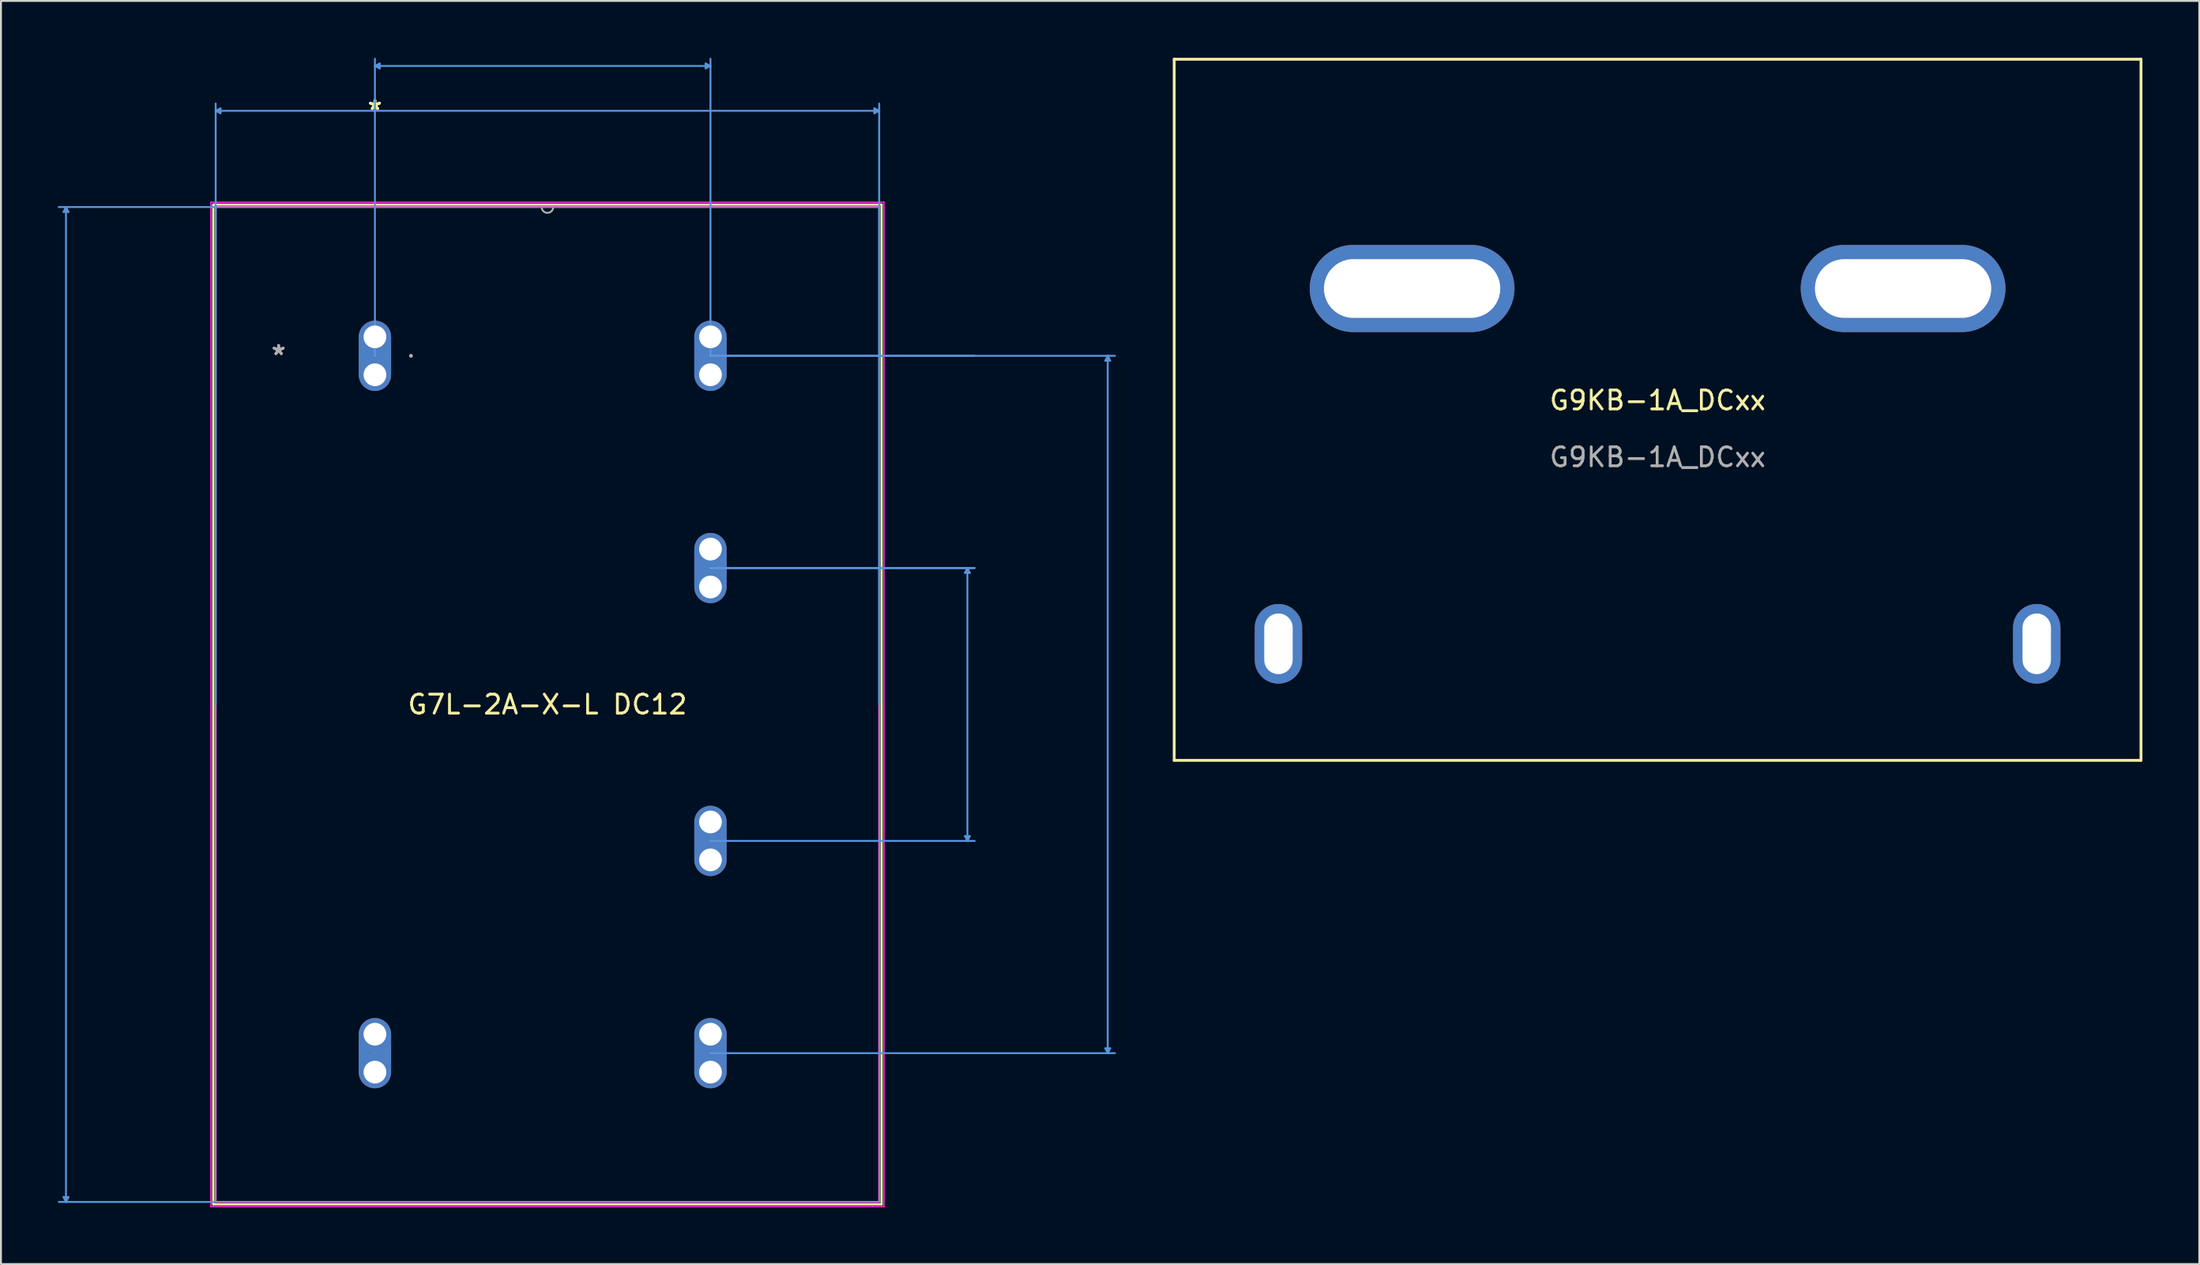
<source format=kicad_pcb>
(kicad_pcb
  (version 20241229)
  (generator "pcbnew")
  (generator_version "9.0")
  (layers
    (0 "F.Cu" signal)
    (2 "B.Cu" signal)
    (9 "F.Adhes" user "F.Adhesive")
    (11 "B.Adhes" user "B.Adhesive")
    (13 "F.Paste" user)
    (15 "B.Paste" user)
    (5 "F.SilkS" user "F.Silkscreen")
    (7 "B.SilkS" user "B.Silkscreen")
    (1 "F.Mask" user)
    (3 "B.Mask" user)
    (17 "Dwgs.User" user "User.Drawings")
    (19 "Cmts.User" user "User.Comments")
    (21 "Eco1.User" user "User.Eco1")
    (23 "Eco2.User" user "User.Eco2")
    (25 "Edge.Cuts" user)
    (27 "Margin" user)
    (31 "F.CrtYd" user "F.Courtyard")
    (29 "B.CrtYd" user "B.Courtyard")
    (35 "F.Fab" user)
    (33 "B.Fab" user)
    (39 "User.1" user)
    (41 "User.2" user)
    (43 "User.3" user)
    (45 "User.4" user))
  (footprint "G7L-2A-X-L DC12"
    (layer "F.Cu")
    (at 16.728 15.727)
    (property "Reference" "G7L-2A-X-L DC12" (at 9.1 18.4 0) (layer "F.SilkS") (effects (font (size 1 1) (thickness 0.15))))
    (attr through_hole)
    (fp_line (start -8.527 -7.977) (end -8.527 44.777) (stroke (width 0.12) (type solid)) (layer "F.SilkS"))
    (fp_line (start -8.527 44.777) (end 26.727 44.777) (stroke (width 0.12) (type solid)) (layer "F.SilkS"))
    (fp_line (start 26.727 -7.977) (end -8.527 -7.977) (stroke (width 0.12) (type solid)) (layer "F.SilkS"))
    (fp_line (start 26.727 44.777) (end 26.727 -7.977) (stroke (width 0.12) (type solid)) (layer "F.SilkS"))
    (fp_line (start -16.424 44.396) (end -16.297 44.65) (stroke (width 0.1) (type solid)) (layer "Cmts.User"))
    (fp_line (start -16.424 -7.596) (end -16.297 -7.85) (stroke (width 0.1) (type solid)) (layer "Cmts.User"))
    (fp_line (start -16.424 -7.596) (end -16.17 -7.596) (stroke (width 0.1) (type solid)) (layer "Cmts.User"))
    (fp_line (start -16.297 -7.85) (end -16.297 44.65) (stroke (width 0.1) (type solid)) (layer "Cmts.User"))
    (fp_line (start -16.17 44.396) (end -16.424 44.396) (stroke (width 0.1) (type solid)) (layer "Cmts.User"))
    (fp_line (start -16.17 44.396) (end -16.297 44.65) (stroke (width 0.1) (type solid)) (layer "Cmts.User"))
    (fp_line (start -16.17 -7.596) (end -16.297 -7.85) (stroke (width 0.1) (type solid)) (layer "Cmts.User"))
    (fp_line (start -8.4 -12.93) (end -8.146 -13.057) (stroke (width 0.1) (type solid)) (layer "Cmts.User"))
    (fp_line (start -8.4 -12.93) (end -8.146 -12.803) (stroke (width 0.1) (type solid)) (layer "Cmts.User"))
    (fp_line (start -8.4 -12.93) (end 26.6 -12.93) (stroke (width 0.1) (type solid)) (layer "Cmts.User"))
    (fp_line (start -8.4 -7.85) (end -16.678 -7.85) (stroke (width 0.1) (type solid)) (layer "Cmts.User"))
    (fp_line (start -8.4 18.4) (end -8.4 -13.311) (stroke (width 0.1) (type solid)) (layer "Cmts.User"))
    (fp_line (start -8.4 44.65) (end -16.678 44.65) (stroke (width 0.1) (type solid)) (layer "Cmts.User"))
    (fp_line (start -8.146 -13.057) (end -8.146 -12.803) (stroke (width 0.1) (type solid)) (layer "Cmts.User"))
    (fp_line (start -0.000056 -15.296) (end 17.7 -15.296) (stroke (width 0.1) (type solid)) (layer "Cmts.User"))
    (fp_line (start 0 0.000013) (end -0.000058 -15.677) (stroke (width 0.1) (type solid)) (layer "Cmts.User"))
    (fp_line (start 0.254 -15.169) (end -0.000056 -15.296) (stroke (width 0.1) (type solid)) (layer "Cmts.User"))
    (fp_line (start 0.254 -15.169) (end 0.254 -15.423) (stroke (width 0.1) (type solid)) (layer "Cmts.User"))
    (fp_line (start 0.254 -15.423) (end -0.000056 -15.296) (stroke (width 0.1) (type solid)) (layer "Cmts.User"))
    (fp_line (start 17.446 -15.169) (end 17.7 -15.296) (stroke (width 0.1) (type solid)) (layer "Cmts.User"))
    (fp_line (start 17.446 -15.423) (end 17.446 -15.169) (stroke (width 0.1) (type solid)) (layer "Cmts.User"))
    (fp_line (start 17.446 -15.423) (end 17.7 -15.296) (stroke (width 0.1) (type solid)) (layer "Cmts.User"))
    (fp_line (start 17.7 -0.000001) (end 39.037 -0.000001) (stroke (width 0.1) (type solid)) (layer "Cmts.User"))
    (fp_line (start 17.7 0) (end 31.628 0) (stroke (width 0.1) (type solid)) (layer "Cmts.User"))
    (fp_line (start 17.7 0.000013) (end 17.7 -15.677) (stroke (width 0.1) (type solid)) (layer "Cmts.User"))
    (fp_line (start 17.7 11.2) (end 31.628 11.2) (stroke (width 0.1) (type solid)) (layer "Cmts.User"))
    (fp_line (start 17.7 11.2) (end 31.635 11.2) (stroke (width 0.1) (type solid)) (layer "Cmts.User"))
    (fp_line (start 17.7 25.6) (end 31.635 25.6) (stroke (width 0.1) (type solid)) (layer "Cmts.User"))
    (fp_line (start 17.7 36.8) (end 39.037 36.8) (stroke (width 0.1) (type solid)) (layer "Cmts.User"))
    (fp_line (start 26.346 -13.057) (end 26.346 -12.803) (stroke (width 0.1) (type solid)) (layer "Cmts.User"))
    (fp_line (start 26.6 -12.93) (end 26.346 -13.057) (stroke (width 0.1) (type solid)) (layer "Cmts.User"))
    (fp_line (start 26.6 -12.93) (end 26.346 -12.803) (stroke (width 0.1) (type solid)) (layer "Cmts.User"))
    (fp_line (start 26.6 18.4) (end 26.6 -13.311) (stroke (width 0.1) (type solid)) (layer "Cmts.User"))
    (fp_line (start 31.127 25.346) (end 31.254 25.6) (stroke (width 0.1) (type solid)) (layer "Cmts.User"))
    (fp_line (start 31.127 11.454) (end 31.254 11.2) (stroke (width 0.1) (type solid)) (layer "Cmts.User"))
    (fp_line (start 31.127 11.454) (end 31.381 11.454) (stroke (width 0.1) (type solid)) (layer "Cmts.User"))
    (fp_line (start 31.254 11.2) (end 31.254 25.6) (stroke (width 0.1) (type solid)) (layer "Cmts.User"))
    (fp_line (start 31.381 25.346) (end 31.127 25.346) (stroke (width 0.1) (type solid)) (layer "Cmts.User"))
    (fp_line (start 31.381 25.346) (end 31.254 25.6) (stroke (width 0.1) (type solid)) (layer "Cmts.User"))
    (fp_line (start 31.381 11.454) (end 31.254 11.2) (stroke (width 0.1) (type solid)) (layer "Cmts.User"))
    (fp_line (start 38.529 36.546) (end 38.656 36.8) (stroke (width 0.1) (type solid)) (layer "Cmts.User"))
    (fp_line (start 38.529 0.254) (end 38.656 -0.000001) (stroke (width 0.1) (type solid)) (layer "Cmts.User"))
    (fp_line (start 38.529 0.254) (end 38.783 0.254) (stroke (width 0.1) (type solid)) (layer "Cmts.User"))
    (fp_line (start 38.656 36.8) (end 38.656 -0.000001) (stroke (width 0.1) (type solid)) (layer "Cmts.User"))
    (fp_line (start 38.783 36.546) (end 38.529 36.546) (stroke (width 0.1) (type solid)) (layer "Cmts.User"))
    (fp_line (start 38.783 36.546) (end 38.656 36.8) (stroke (width 0.1) (type solid)) (layer "Cmts.User"))
    (fp_line (start 38.783 0.254) (end 38.656 -0.000001) (stroke (width 0.1) (type solid)) (layer "Cmts.User"))
    (fp_line (start -8.654 -8.104) (end 26.854 -8.104) (stroke (width 0.05) (type solid)) (layer "F.CrtYd"))
    (fp_line (start -8.654 -8.104) (end 26.854 -8.104) (stroke (width 0.05) (type solid)) (layer "F.CrtYd"))
    (fp_line (start -8.654 44.904) (end -8.654 -8.104) (stroke (width 0.05) (type solid)) (layer "F.CrtYd"))
    (fp_line (start -8.654 44.904) (end -8.654 -8.104) (stroke (width 0.05) (type solid)) (layer "F.CrtYd"))
    (fp_line (start -8.4 -7.85) (end 26.6 -7.85) (stroke (width 0.05) (type solid)) (layer "F.CrtYd"))
    (fp_line (start -8.4 44.65) (end -8.4 -7.85) (stroke (width 0.05) (type solid)) (layer "F.CrtYd"))
    (fp_line (start 26.6 -7.85) (end 26.6 44.65) (stroke (width 0.05) (type solid)) (layer "F.CrtYd"))
    (fp_line (start 26.6 44.65) (end -8.4 44.65) (stroke (width 0.05) (type solid)) (layer "F.CrtYd"))
    (fp_line (start 26.854 -8.104) (end 26.854 44.904) (stroke (width 0.05) (type solid)) (layer "F.CrtYd"))
    (fp_line (start 26.854 -8.104) (end 26.854 44.904) (stroke (width 0.05) (type solid)) (layer "F.CrtYd"))
    (fp_line (start 26.854 44.904) (end -8.654 44.904) (stroke (width 0.05) (type solid)) (layer "F.CrtYd"))
    (fp_line (start 26.854 44.904) (end -8.654 44.904) (stroke (width 0.05) (type solid)) (layer "F.CrtYd"))
    (fp_line (start -8.4 -7.85) (end -8.4 44.65) (stroke (width 0.1) (type solid)) (layer "F.Fab"))
    (fp_line (start -8.4 44.65) (end 26.6 44.65) (stroke (width 0.1) (type solid)) (layer "F.Fab"))
    (fp_line (start 26.6 -7.85) (end -8.4 -7.85) (stroke (width 0.1) (type solid)) (layer "F.Fab"))
    (fp_line (start 26.6 44.65) (end 26.6 -7.85) (stroke (width 0.1) (type solid)) (layer "F.Fab"))
    (fp_arc (start 9.4048 -7.849987) (mid 9.1 -7.545187) (end 8.7952 -7.849987) (stroke (width 0.1) (type solid)) (layer "F.Fab"))
    (fp_circle (center 1.901 -0.000001) (end 1.901 -0.000001) (stroke (width 0.1) (type solid)) (fill no) (layer "F.Fab"))
    (fp_text user "*" (at -0.000047 -12.93 0) (layer "F.SilkS") (effects (font (size 1 1) (thickness 0.15))))
    (fp_text user "*" (at -0.000047 -12.93 0) (layer "F.SilkS") (effects (font (size 1 1) (thickness 0.15))))
    (fp_text user "Copyright 2021 Accelerated Designs. All rights reserved." (at 0 0 0) (layer "Cmts.User") (effects (font (size 0.127 0.127) (thickness 0.002))))
    (fp_text user "*" (at -5.08 0 0) (layer "F.Fab") (effects (font (size 1 1) (thickness 0.15))))
    (fp_text user "*" (at -5.08 0 0) (layer "F.Fab") (effects (font (size 1 1) (thickness 0.15))))
    (pad "" np_thru_hole circle (at 0 -1) (size 1.2 1.2) (drill 1.2) (layers "*.Cu" "*.Mask"))
    (pad "" np_thru_hole circle (at 0 1) (size 1.2 1.2) (drill 1.2) (layers "*.Cu" "*.Mask"))
    (pad "" np_thru_hole circle (at 0 35.8) (size 1.2 1.2) (drill 1.2) (layers "*.Cu" "*.Mask"))
    (pad "" np_thru_hole circle (at 0 37.8) (size 1.2 1.2) (drill 1.2) (layers "*.Cu" "*.Mask"))
    (pad "" np_thru_hole circle (at 17.7 -1) (size 1.2 1.2) (drill 1.2) (layers "*.Cu" "*.Mask"))
    (pad "" np_thru_hole circle (at 17.7 1) (size 1.2 1.2) (drill 1.2) (layers "*.Cu" "*.Mask"))
    (pad "" np_thru_hole circle (at 17.7 10.2) (size 1.2 1.2) (drill 1.2) (layers "*.Cu" "*.Mask"))
    (pad "" np_thru_hole circle (at 17.7 12.2) (size 1.2 1.2) (drill 1.2) (layers "*.Cu" "*.Mask"))
    (pad "" np_thru_hole circle (at 17.7 24.6) (size 1.2 1.2) (drill 1.2) (layers "*.Cu" "*.Mask"))
    (pad "" np_thru_hole circle (at 17.7 26.6) (size 1.2 1.2) (drill 1.2) (layers "*.Cu" "*.Mask"))
    (pad "" np_thru_hole circle (at 17.7 35.8) (size 1.2 1.2) (drill 1.2) (layers "*.Cu" "*.Mask"))
    (pad "" np_thru_hole circle (at 17.7 37.8) (size 1.2 1.2) (drill 1.2) (layers "*.Cu" "*.Mask"))
    (pad "0" thru_hole oval (at 0 0 90) (size 3.708 1.708) (drill 0.025) (layers "*.Cu" "*.Mask"))
    (pad "1" thru_hole oval (at 0 36.8 90) (size 3.708 1.708) (drill 0.025) (layers "*.Cu" "*.Mask"))
    (pad "2" thru_hole oval (at 17.7 0 90) (size 3.708 1.708) (drill 0.025) (layers "*.Cu" "*.Mask"))
    (pad "4" thru_hole oval (at 17.7 11.2 90) (size 3.708 1.708) (drill 0.025) (layers "*.Cu" "*.Mask"))
    (pad "6" thru_hole oval (at 17.7 25.6 90) (size 3.708 1.708) (drill 0.025) (layers "*.Cu" "*.Mask"))
    (pad "8" thru_hole oval (at 17.7 36.8 90) (size 3.708 1.708) (drill 0.025) (layers "*.Cu" "*.Mask")))
  (footprint "G9KB-1A_DCxx"
    (layer "F.Cu")
    (at 84.39 18.575)
    (property "Reference" "G9KB-1A_DCxx" (at 0 -0.5 0) (unlocked yes) (layer "F.SilkS") (effects (font (size 1 1) (thickness 0.15))))
    (attr smd)
    (fp_line (start -25.5 -18.5) (end 25.5 -18.5) (stroke (width 0.15) (type solid)) (layer "F.SilkS"))
    (fp_line (start -25.5 18.5) (end -25.5 -18.5) (stroke (width 0.15) (type solid)) (layer "F.SilkS"))
    (fp_line (start 25.5 -18.5) (end 25.5 18.5) (stroke (width 0.15) (type solid)) (layer "F.SilkS"))
    (fp_line (start 25.5 18.5) (end -25.5 18.5) (stroke (width 0.15) (type solid)) (layer "F.SilkS"))
    (fp_text user "${REFERENCE}" (at 0 2.5 0) (unlocked yes) (layer "F.Fab") (effects (font (size 1 1) (thickness 0.15))))
    (pad "1" thru_hole oval (at -20 12.35 90) (size 4.2 2.5) (drill oval 3.2 1.5) (layers "*.Cu" "*.Mask"))
    (pad "2" thru_hole oval (at 20 12.35 90) (size 4.2 2.5) (drill oval 3.2 1.5) (layers "*.Cu" "*.Mask"))
    (pad "3" thru_hole oval (at -12.95 -6.4) (size 10.8 4.6) (drill oval 9.3 3.1) (layers "*.Cu" "*.Mask"))
    (pad "4" thru_hole oval (at 12.95 -6.4) (size 10.8 4.6) (drill oval 9.3 3.1) (layers "*.Cu" "*.Mask")))
  (gr_rect
    (start -3 -3)
    (end 112.965 63.656)
    (stroke (width 0.1) (type default))
    (fill no)
    (layer "Edge.Cuts")))
</source>
